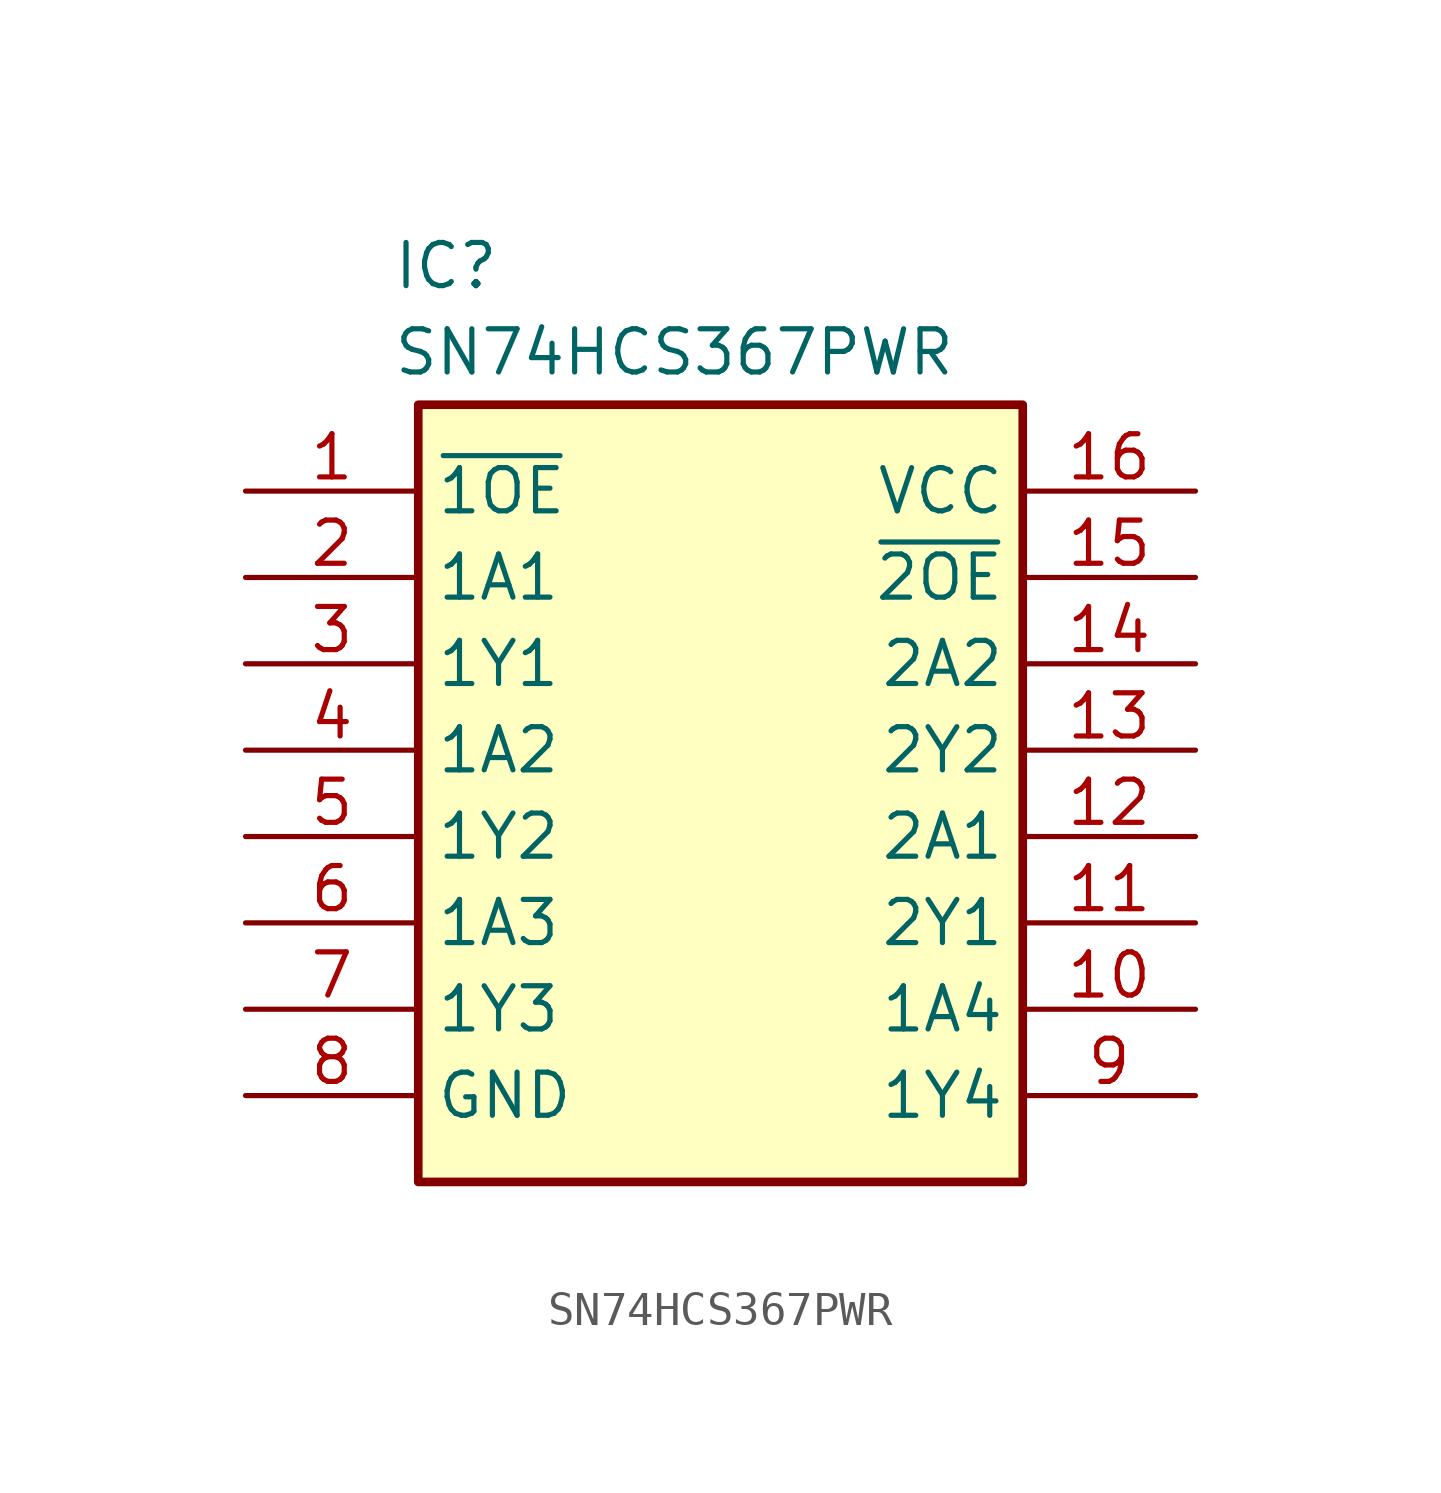
<source format=kicad_sym>
(kicad_symbol_lib
  (version 20231120)
  (generator "kicad_symbol_editor")
  (generator_version "8.0")
  (symbol "SN74HCS367PWR"
    (property "Reference" "IC"
      (at 4.318 7.366 0)
      (effects (font (size 1.27 1.27)) (justify left top)))
    (property "Value" "SN74HCS367PWR"
      (at 4.318 4.826 0)
      (effects (font (size 1.27 1.27)) (justify left top)))
    (symbol "SN74HCS367PWR_1_1"
      (rectangle (start 5.08 2.54) (end 22.86 -20.32) (stroke (width 0.254) (type default)) (fill (type background)))
      (pin passive line (at 0 0 0) (length 5.08) (name "~{1OE}" (effects (font (size 1.27 1.27)))) (number "1" (effects (font (size 1.27 1.27)))))
      (pin passive line (at 27.94 -15.24 180) (length 5.08) (name "1A4" (effects (font (size 1.27 1.27)))) (number "10" (effects (font (size 1.27 1.27)))))
      (pin passive line (at 27.94 -12.7 180) (length 5.08) (name "2Y1" (effects (font (size 1.27 1.27)))) (number "11" (effects (font (size 1.27 1.27)))))
      (pin passive line (at 27.94 -10.16 180) (length 5.08) (name "2A1" (effects (font (size 1.27 1.27)))) (number "12" (effects (font (size 1.27 1.27)))))
      (pin passive line (at 27.94 -7.62 180) (length 5.08) (name "2Y2" (effects (font (size 1.27 1.27)))) (number "13" (effects (font (size 1.27 1.27)))))
      (pin passive line (at 27.94 -5.08 180) (length 5.08) (name "2A2" (effects (font (size 1.27 1.27)))) (number "14" (effects (font (size 1.27 1.27)))))
      (pin passive line (at 27.94 -2.54 180) (length 5.08) (name "~{2OE}" (effects (font (size 1.27 1.27)))) (number "15" (effects (font (size 1.27 1.27)))))
      (pin passive line (at 27.94 0 180) (length 5.08) (name "VCC" (effects (font (size 1.27 1.27)))) (number "16" (effects (font (size 1.27 1.27)))))
      (pin passive line (at 0 -2.54 0) (length 5.08) (name "1A1" (effects (font (size 1.27 1.27)))) (number "2" (effects (font (size 1.27 1.27)))))
      (pin passive line (at 0 -5.08 0) (length 5.08) (name "1Y1" (effects (font (size 1.27 1.27)))) (number "3" (effects (font (size 1.27 1.27)))))
      (pin passive line (at 0 -7.62 0) (length 5.08) (name "1A2" (effects (font (size 1.27 1.27)))) (number "4" (effects (font (size 1.27 1.27)))))
      (pin passive line (at 0 -10.16 0) (length 5.08) (name "1Y2" (effects (font (size 1.27 1.27)))) (number "5" (effects (font (size 1.27 1.27)))))
      (pin passive line (at 0 -12.7 0) (length 5.08) (name "1A3" (effects (font (size 1.27 1.27)))) (number "6" (effects (font (size 1.27 1.27)))))
      (pin passive line (at 0 -15.24 0) (length 5.08) (name "1Y3" (effects (font (size 1.27 1.27)))) (number "7" (effects (font (size 1.27 1.27)))))
      (pin passive line (at 0 -17.78 0) (length 5.08) (name "GND" (effects (font (size 1.27 1.27)))) (number "8" (effects (font (size 1.27 1.27)))))
      (pin passive line (at 27.94 -17.78 180) (length 5.08) (name "1Y4" (effects (font (size 1.27 1.27)))) (number "9" (effects (font (size 1.27 1.27))))))))
</source>
